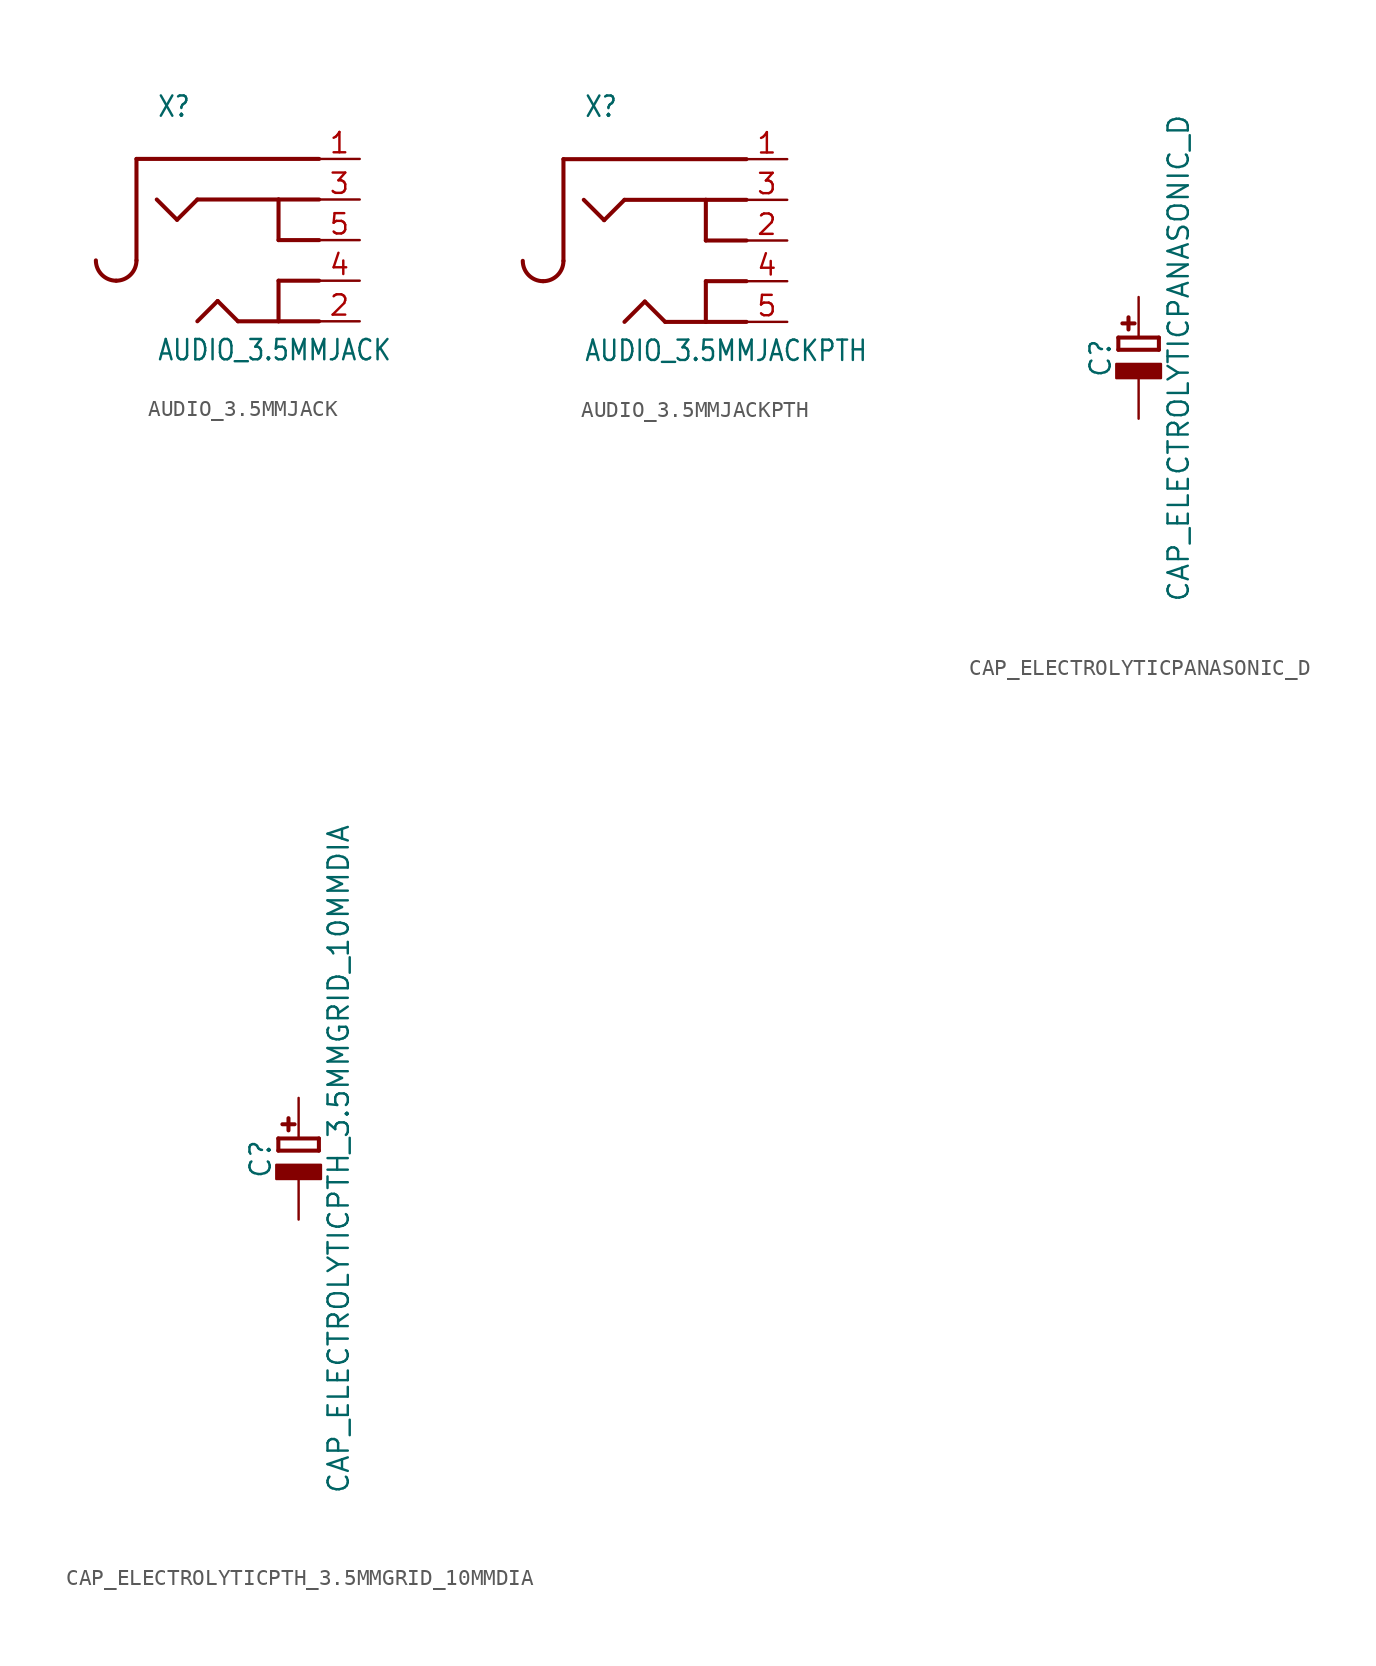
<source format=kicad_sym>
(kicad_symbol_lib
  (version 20211014)
  (generator kicad_symbol_editor)
  (symbol "AUDIO_3.5MMJACK"
    (property "Reference" "X"
      (at -5.08 7.62 0)
      (effects (font (size 1.27 1.079)) (justify left bottom)))
    (property "Value" "AUDIO_3.5MMJACK"
      (at -5.08 -7.62 0)
      (effects (font (size 1.27 1.079)) (justify left bottom)))
    (property "ki_locked" ""
      (at 0 0 0)
      (effects (font (size 1.27 1.27))))
    (symbol "AUDIO_3.5MMJACK_1_0"
      (arc (start -8.89 -1.27) (mid -8.518 -2.168) (end -7.62 -2.54) (stroke (width 0.254) (type default) (color 0 0 0 0)) (fill (type none)))
      (arc (start -7.62 -2.54) (mid -6.722 -2.168) (end -6.35 -1.27) (stroke (width 0.254) (type default) (color 0 0 0 0)) (fill (type none)))
      (polyline (pts (xy -6.35 5.08) (xy -6.35 -1.27)) (stroke (width 0.254) (type default) (color 0 0 0 0)) (fill (type none)))
      (polyline (pts (xy -3.81 1.27) (xy -5.08 2.54)) (stroke (width 0.254) (type default) (color 0 0 0 0)) (fill (type none)))
      (polyline (pts (xy -2.54 2.54) (xy -3.81 1.27)) (stroke (width 0.254) (type default) (color 0 0 0 0)) (fill (type none)))
      (polyline (pts (xy -1.27 -3.81) (xy -2.54 -5.08)) (stroke (width 0.254) (type default) (color 0 0 0 0)) (fill (type none)))
      (polyline (pts (xy 0 -5.08) (xy -1.27 -3.81)) (stroke (width 0.254) (type default) (color 0 0 0 0)) (fill (type none)))
      (polyline (pts (xy 2.54 -5.08) (xy 0 -5.08)) (stroke (width 0.254) (type default) (color 0 0 0 0)) (fill (type none)))
      (polyline (pts (xy 2.54 -2.54) (xy 2.54 -5.08)) (stroke (width 0.254) (type default) (color 0 0 0 0)) (fill (type none)))
      (polyline (pts (xy 2.54 0) (xy 2.54 2.54)) (stroke (width 0.254) (type default) (color 0 0 0 0)) (fill (type none)))
      (polyline (pts (xy 2.54 2.54) (xy -2.54 2.54)) (stroke (width 0.254) (type default) (color 0 0 0 0)) (fill (type none)))
      (polyline (pts (xy 5.08 -5.08) (xy 2.54 -5.08)) (stroke (width 0.254) (type default) (color 0 0 0 0)) (fill (type none)))
      (polyline (pts (xy 5.08 -2.54) (xy 2.54 -2.54)) (stroke (width 0.254) (type default) (color 0 0 0 0)) (fill (type none)))
      (polyline (pts (xy 5.08 0) (xy 2.54 0)) (stroke (width 0.254) (type default) (color 0 0 0 0)) (fill (type none)))
      (polyline (pts (xy 5.08 2.54) (xy 2.54 2.54)) (stroke (width 0.254) (type default) (color 0 0 0 0)) (fill (type none)))
      (polyline (pts (xy 5.08 5.08) (xy -6.35 5.08)) (stroke (width 0.254) (type default) (color 0 0 0 0)) (fill (type none)))
      (pin bidirectional line (at 7.62 5.08 180) (length 2.54) (name "P$1" (effects (font (size 0 0)))) (number "1" (effects (font (size 1.27 1.27)))))
      (pin bidirectional line (at 7.62 -5.08 180) (length 2.54) (name "P$5" (effects (font (size 0 0)))) (number "2" (effects (font (size 1.27 1.27)))))
      (pin bidirectional line (at 7.62 2.54 180) (length 2.54) (name "P$2" (effects (font (size 0 0)))) (number "3" (effects (font (size 1.27 1.27)))))
      (pin bidirectional line (at 7.62 -2.54 180) (length 2.54) (name "P$4" (effects (font (size 0 0)))) (number "4" (effects (font (size 1.27 1.27)))))
      (pin bidirectional line (at 7.62 0 180) (length 2.54) (name "P$3" (effects (font (size 0 0)))) (number "5" (effects (font (size 1.27 1.27)))))))
  (symbol "AUDIO_3.5MMJACKPTH"
    (property "Reference" "X"
      (at -5.08 7.62 0)
      (effects (font (size 1.27 1.079)) (justify left bottom)))
    (property "Value" "AUDIO_3.5MMJACKPTH"
      (at -5.08 -7.62 0)
      (effects (font (size 1.27 1.079)) (justify left bottom)))
    (property "ki_locked" ""
      (at 0 0 0)
      (effects (font (size 1.27 1.27))))
    (symbol "AUDIO_3.5MMJACKPTH_1_0"
      (arc (start -8.89 -1.27) (mid -8.518 -2.168) (end -7.62 -2.54) (stroke (width 0.254) (type default) (color 0 0 0 0)) (fill (type none)))
      (arc (start -7.62 -2.54) (mid -6.722 -2.168) (end -6.35 -1.27) (stroke (width 0.254) (type default) (color 0 0 0 0)) (fill (type none)))
      (polyline (pts (xy -6.35 5.08) (xy -6.35 -1.27)) (stroke (width 0.254) (type default) (color 0 0 0 0)) (fill (type none)))
      (polyline (pts (xy -3.81 1.27) (xy -5.08 2.54)) (stroke (width 0.254) (type default) (color 0 0 0 0)) (fill (type none)))
      (polyline (pts (xy -2.54 2.54) (xy -3.81 1.27)) (stroke (width 0.254) (type default) (color 0 0 0 0)) (fill (type none)))
      (polyline (pts (xy -1.27 -3.81) (xy -2.54 -5.08)) (stroke (width 0.254) (type default) (color 0 0 0 0)) (fill (type none)))
      (polyline (pts (xy 0 -5.08) (xy -1.27 -3.81)) (stroke (width 0.254) (type default) (color 0 0 0 0)) (fill (type none)))
      (polyline (pts (xy 2.54 -5.08) (xy 0 -5.08)) (stroke (width 0.254) (type default) (color 0 0 0 0)) (fill (type none)))
      (polyline (pts (xy 2.54 -2.54) (xy 2.54 -5.08)) (stroke (width 0.254) (type default) (color 0 0 0 0)) (fill (type none)))
      (polyline (pts (xy 2.54 0) (xy 2.54 2.54)) (stroke (width 0.254) (type default) (color 0 0 0 0)) (fill (type none)))
      (polyline (pts (xy 2.54 2.54) (xy -2.54 2.54)) (stroke (width 0.254) (type default) (color 0 0 0 0)) (fill (type none)))
      (polyline (pts (xy 5.08 -5.08) (xy 2.54 -5.08)) (stroke (width 0.254) (type default) (color 0 0 0 0)) (fill (type none)))
      (polyline (pts (xy 5.08 -2.54) (xy 2.54 -2.54)) (stroke (width 0.254) (type default) (color 0 0 0 0)) (fill (type none)))
      (polyline (pts (xy 5.08 0) (xy 2.54 0)) (stroke (width 0.254) (type default) (color 0 0 0 0)) (fill (type none)))
      (polyline (pts (xy 5.08 2.54) (xy 2.54 2.54)) (stroke (width 0.254) (type default) (color 0 0 0 0)) (fill (type none)))
      (polyline (pts (xy 5.08 5.08) (xy -6.35 5.08)) (stroke (width 0.254) (type default) (color 0 0 0 0)) (fill (type none)))
      (pin bidirectional line (at 7.62 5.08 180) (length 2.54) (name "P$1" (effects (font (size 0 0)))) (number "1" (effects (font (size 1.27 1.27)))))
      (pin bidirectional line (at 7.62 0 180) (length 2.54) (name "P$3" (effects (font (size 0 0)))) (number "2" (effects (font (size 1.27 1.27)))))
      (pin bidirectional line (at 7.62 2.54 180) (length 2.54) (name "P$2" (effects (font (size 0 0)))) (number "3" (effects (font (size 1.27 1.27)))))
      (pin bidirectional line (at 7.62 -2.54 180) (length 2.54) (name "P$4" (effects (font (size 0 0)))) (number "4" (effects (font (size 1.27 1.27)))))
      (pin bidirectional line (at 7.62 -5.08 180) (length 2.54) (name "P$5" (effects (font (size 0 0)))) (number "5" (effects (font (size 1.27 1.27)))))))
  (symbol "CAP_ELECTROLYTICPANASONIC_D"
    (property "Reference" "C"
      (at -2.39 1.25 90)
      (effects (font (size 1.27 1.27))))
    (property "Value" "CAP_ELECTROLYTICPANASONIC_D"
      (at 2.5 1.25 90)
      (effects (font (size 1.27 1.27))))
    (property "ki_locked" ""
      (at 0 0 0)
      (effects (font (size 1.27 1.27))))
    (symbol "CAP_ELECTROLYTICPANASONIC_D_1_0"
      (rectangle (start -1.397 0) (end 1.397 0.889) (stroke (width 0) (type default) (color 0 0 0 0)) (fill (type outline)))
      (polyline (pts (xy -1.27 1.778) (xy -1.27 2.54)) (stroke (width 0.254) (type default) (color 0 0 0 0)) (fill (type none)))
      (polyline (pts (xy -1.27 2.54) (xy 1.27 2.54)) (stroke (width 0.254) (type default) (color 0 0 0 0)) (fill (type none)))
      (polyline (pts (xy -1.016 3.429) (xy -0.254 3.429)) (stroke (width 0.254) (type default) (color 0 0 0 0)) (fill (type none)))
      (polyline (pts (xy -0.635 3.81) (xy -0.635 3.048)) (stroke (width 0.254) (type default) (color 0 0 0 0)) (fill (type none)))
      (polyline (pts (xy 1.27 1.778) (xy -1.27 1.778)) (stroke (width 0.254) (type default) (color 0 0 0 0)) (fill (type none)))
      (polyline (pts (xy 1.27 2.54) (xy 1.27 1.778)) (stroke (width 0.254) (type default) (color 0 0 0 0)) (fill (type none)))
      (pin passive line (at 0 5.08 270) (length 2.54) (name "+" (effects (font (size 0 0)))) (number "+" (effects (font (size 0 0)))))
      (pin passive line (at 0 -2.54 90) (length 2.54) (name "-" (effects (font (size 0 0)))) (number "-" (effects (font (size 0 0)))))))
  (symbol "CAP_ELECTROLYTICPTH_3.5MMGRID_10MMDIA"
    (property "Reference" "C"
      (at -2.39 1.25 90)
      (effects (font (size 1.27 1.27))))
    (property "Value" "CAP_ELECTROLYTICPTH_3.5MMGRID_10MMDIA"
      (at 2.5 1.25 90)
      (effects (font (size 1.27 1.27))))
    (property "ki_locked" ""
      (at 0 0 0)
      (effects (font (size 1.27 1.27))))
    (symbol "CAP_ELECTROLYTICPTH_3.5MMGRID_10MMDIA_1_0"
      (rectangle (start -1.397 0) (end 1.397 0.889) (stroke (width 0) (type default) (color 0 0 0 0)) (fill (type outline)))
      (polyline (pts (xy -1.27 1.778) (xy -1.27 2.54)) (stroke (width 0.254) (type default) (color 0 0 0 0)) (fill (type none)))
      (polyline (pts (xy -1.27 2.54) (xy 1.27 2.54)) (stroke (width 0.254) (type default) (color 0 0 0 0)) (fill (type none)))
      (polyline (pts (xy -1.016 3.429) (xy -0.254 3.429)) (stroke (width 0.254) (type default) (color 0 0 0 0)) (fill (type none)))
      (polyline (pts (xy -0.635 3.81) (xy -0.635 3.048)) (stroke (width 0.254) (type default) (color 0 0 0 0)) (fill (type none)))
      (polyline (pts (xy 1.27 1.778) (xy -1.27 1.778)) (stroke (width 0.254) (type default) (color 0 0 0 0)) (fill (type none)))
      (polyline (pts (xy 1.27 2.54) (xy 1.27 1.778)) (stroke (width 0.254) (type default) (color 0 0 0 0)) (fill (type none)))
      (pin passive line (at 0 5.08 270) (length 2.54) (name "+" (effects (font (size 0 0)))) (number "+" (effects (font (size 0 0)))))
      (pin passive line (at 0 -2.54 90) (length 2.54) (name "-" (effects (font (size 0 0)))) (number "-" (effects (font (size 0 0))))))))
</source>
